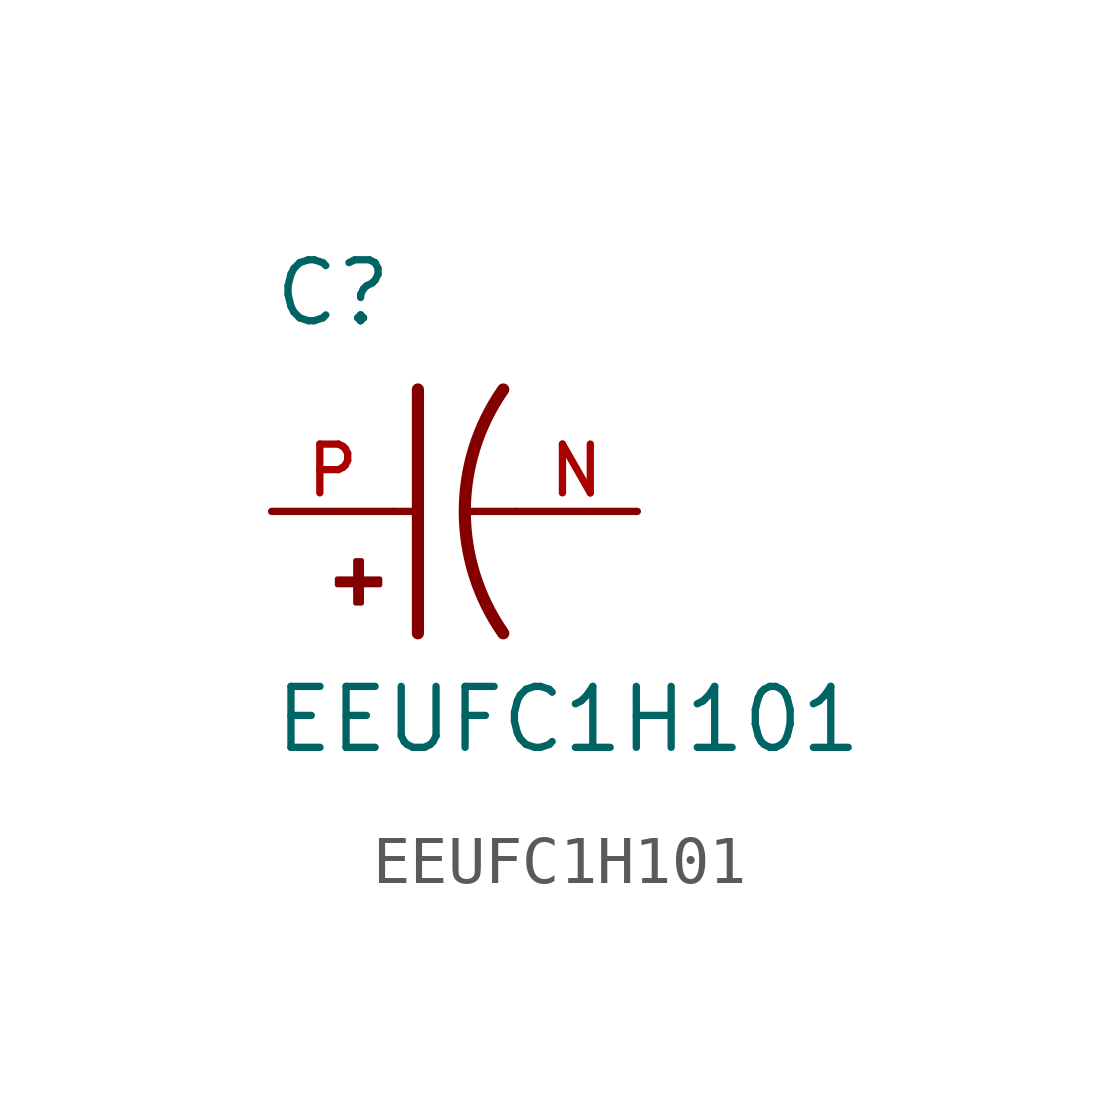
<source format=kicad_sym>
(kicad_symbol_lib
  (version 20211014)
  (generator kicad_symbol_editor)
  (symbol "EEUFC1H101"
    (pin_names
      (offset 1.016))
    (property "Reference" "C"
      (at -2.54 3.81 0)
      (effects (font (size 1.27 1.27)) (justify bottom left)))
    (property "Value" "EEUFC1H101"
      (at -2.54 -5.08 0)
      (effects (font (size 1.27 1.27)) (justify bottom left)))
    (symbol "EEUFC1H101_0_0"
      (arc (start 2.286 -2.54) (mid 1.4851 -0.0) (end 2.286 2.54) (stroke (width 0.254) (type default) (color 0 0 0 0)) (fill (type none)))
      (polyline (pts (xy 0.508 2.54) (xy 0.508 0.0)) (stroke (width 0.254)))
      (rectangle (start -1.173 -1.532) (end -0.284 -1.405) (stroke (width 0.1)) (fill (type outline)))
      (rectangle (start -0.792 -1.913) (end -0.665 -1.024) (stroke (width 0.1)) (fill (type outline)))
      (polyline (pts (xy 0.508 0.0) (xy 0.508 -2.54)) (stroke (width 0.254)))
      (polyline (pts (xy 0.0 0.0) (xy 0.508 0.0)) (stroke (width 0.152)))
      (polyline (pts (xy 2.54 0.0) (xy 1.524 0.0)) (stroke (width 0.152)))
      (pin passive line (at -2.54 0.0 0) (length 2.54) (name "~" (effects (font (size 1.016 1.016)))) (number "P" (effects (font (size 1.016 1.016)))))
      (pin passive line (at 5.08 0.0 180.0) (length 2.54) (name "~" (effects (font (size 1.016 1.016)))) (number "N" (effects (font (size 1.016 1.016))))))))
</source>
